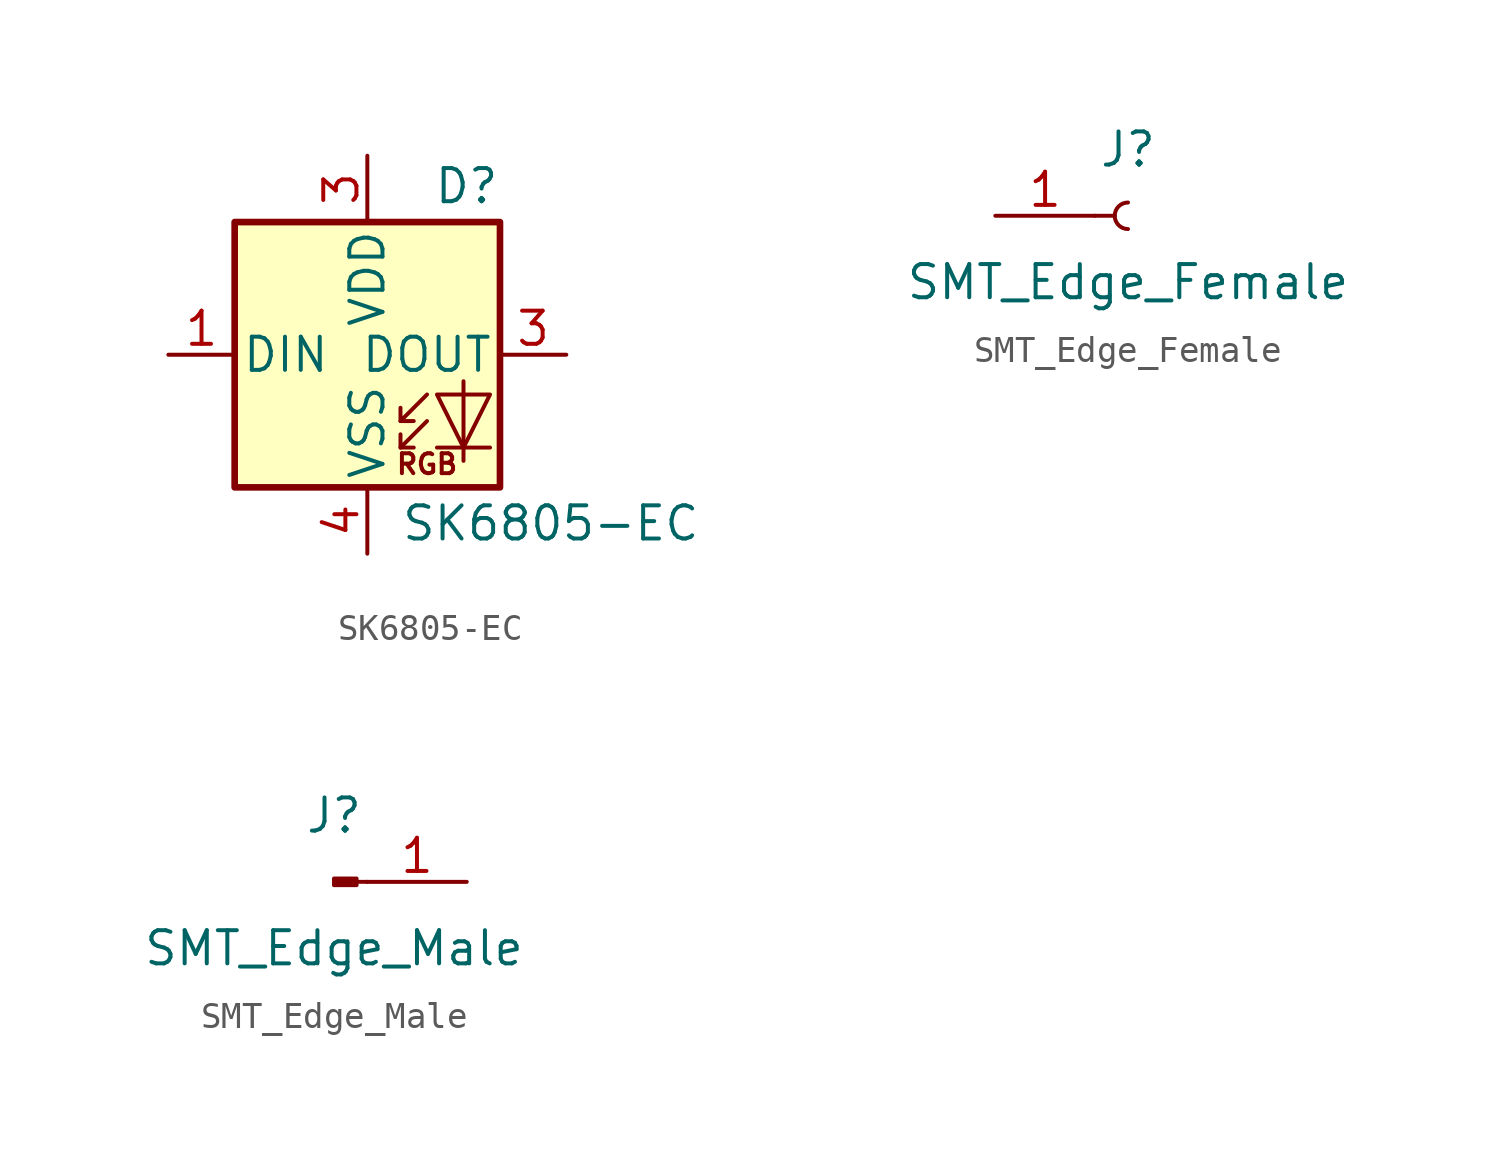
<source format=kicad_sym>
(kicad_symbol_lib
  (version 20211014)
  (generator kicad_symbol_editor)
  (symbol "SK6805-EC"
    (pin_names
      (offset 0.254))
    (property "Reference" "D"
      (at 5.08 5.715 0)
      (effects (font (size 1.27 1.27)) (justify right bottom)))
    (property "Value" "SK6805-EC"
      (at 1.27 -5.715 0)
      (effects (font (size 1.27 1.27)) (justify left top)))
    (symbol "SK6805-EC_0_0"
      (text "RGB" (at 2.286 -4.191 0) (effects (font (size 0.762 0.762)))))
    (symbol "SK6805-EC_0_1"
      (polyline (pts (xy 1.27 -3.556) (xy 1.778 -3.556)) (stroke (width 0) (type default) (color 0 0 0 0)) (fill (type none)))
      (polyline (pts (xy 1.27 -2.54) (xy 1.778 -2.54)) (stroke (width 0) (type default) (color 0 0 0 0)) (fill (type none)))
      (polyline (pts (xy 4.699 -3.556) (xy 2.667 -3.556)) (stroke (width 0) (type default) (color 0 0 0 0)) (fill (type none)))
      (polyline (pts (xy 2.286 -2.54) (xy 1.27 -3.556) (xy 1.27 -3.048)) (stroke (width 0) (type default) (color 0 0 0 0)) (fill (type none)))
      (polyline (pts (xy 2.286 -1.524) (xy 1.27 -2.54) (xy 1.27 -2.032)) (stroke (width 0) (type default) (color 0 0 0 0)) (fill (type none)))
      (polyline (pts (xy 3.683 -1.016) (xy 3.683 -3.556) (xy 3.683 -4.064)) (stroke (width 0) (type default) (color 0 0 0 0)) (fill (type none)))
      (polyline (pts (xy 4.699 -1.524) (xy 2.667 -1.524) (xy 3.683 -3.556) (xy 4.699 -1.524)) (stroke (width 0) (type default) (color 0 0 0 0)) (fill (type none)))
      (rectangle (start 5.08 5.08) (end -5.08 -5.08) (stroke (width 0.254) (type default) (color 0 0 0 0)) (fill (type background))))
    (symbol "SK6805-EC_1_1"
      (pin input line (at -7.62 0 0) (length 2.54) (name "DIN" (effects (font (size 1.27 1.27)))) (number "1" (effects (font (size 1.27 1.27)))))
      (pin output line (at 7.62 0 180) (length 2.54) (name "DOUT" (effects (font (size 1.27 1.27)))) (number "3" (effects (font (size 1.27 1.27)))))
      (pin power_in line (at 0 7.62 270) (length 2.54) (name "VDD" (effects (font (size 1.27 1.27)))) (number "3" (effects (font (size 1.27 1.27)))))
      (pin power_in line (at 0 -7.62 90) (length 2.54) (name "VSS" (effects (font (size 1.27 1.27)))) (number "4" (effects (font (size 1.27 1.27)))))))
  (symbol "SMT_Edge_Female"
    (pin_names
      (offset 1.016) hide)
    (property "Reference" "J"
      (at 0 2.54 0)
      (effects (font (size 1.27 1.27))))
    (property "Value" "SMT_Edge_Female"
      (at 0 -2.54 0)
      (effects (font (size 1.27 1.27))))
    (symbol "SMT_Edge_Female_1_1"
      (polyline (pts (xy -1.27 0) (xy -0.508 0)) (stroke (width 0.152) (type default) (color 0 0 0 0)) (fill (type none)))
      (arc (start 0 0.508) (mid -0.508 0) (end 0 -0.508) (stroke (width 0.1524) (type default) (color 0 0 0 0)) (fill (type none)))
      (pin passive line (at -5.08 0 0) (length 3.81) (name "Pin_1" (effects (font (size 1.27 1.27)))) (number "1" (effects (font (size 1.27 1.27)))))))
  (symbol "SMT_Edge_Male"
    (pin_names
      (offset 1.016) hide)
    (property "Reference" "J"
      (at 0 2.54 0)
      (effects (font (size 1.27 1.27))))
    (property "Value" "SMT_Edge_Male"
      (at 0 -2.54 0)
      (effects (font (size 1.27 1.27))))
    (symbol "SMT_Edge_Male_1_1"
      (polyline (pts (xy 1.27 0) (xy 0.864 0)) (stroke (width 0.152) (type default) (color 0 0 0 0)) (fill (type none)))
      (rectangle (start 0.864 0.127) (end 0 -0.127) (stroke (width 0.152) (type default) (color 0 0 0 0)) (fill (type outline)))
      (pin passive line (at 5.08 0 180) (length 3.81) (name "Pin_1" (effects (font (size 1.27 1.27)))) (number "1" (effects (font (size 1.27 1.27))))))))
</source>
